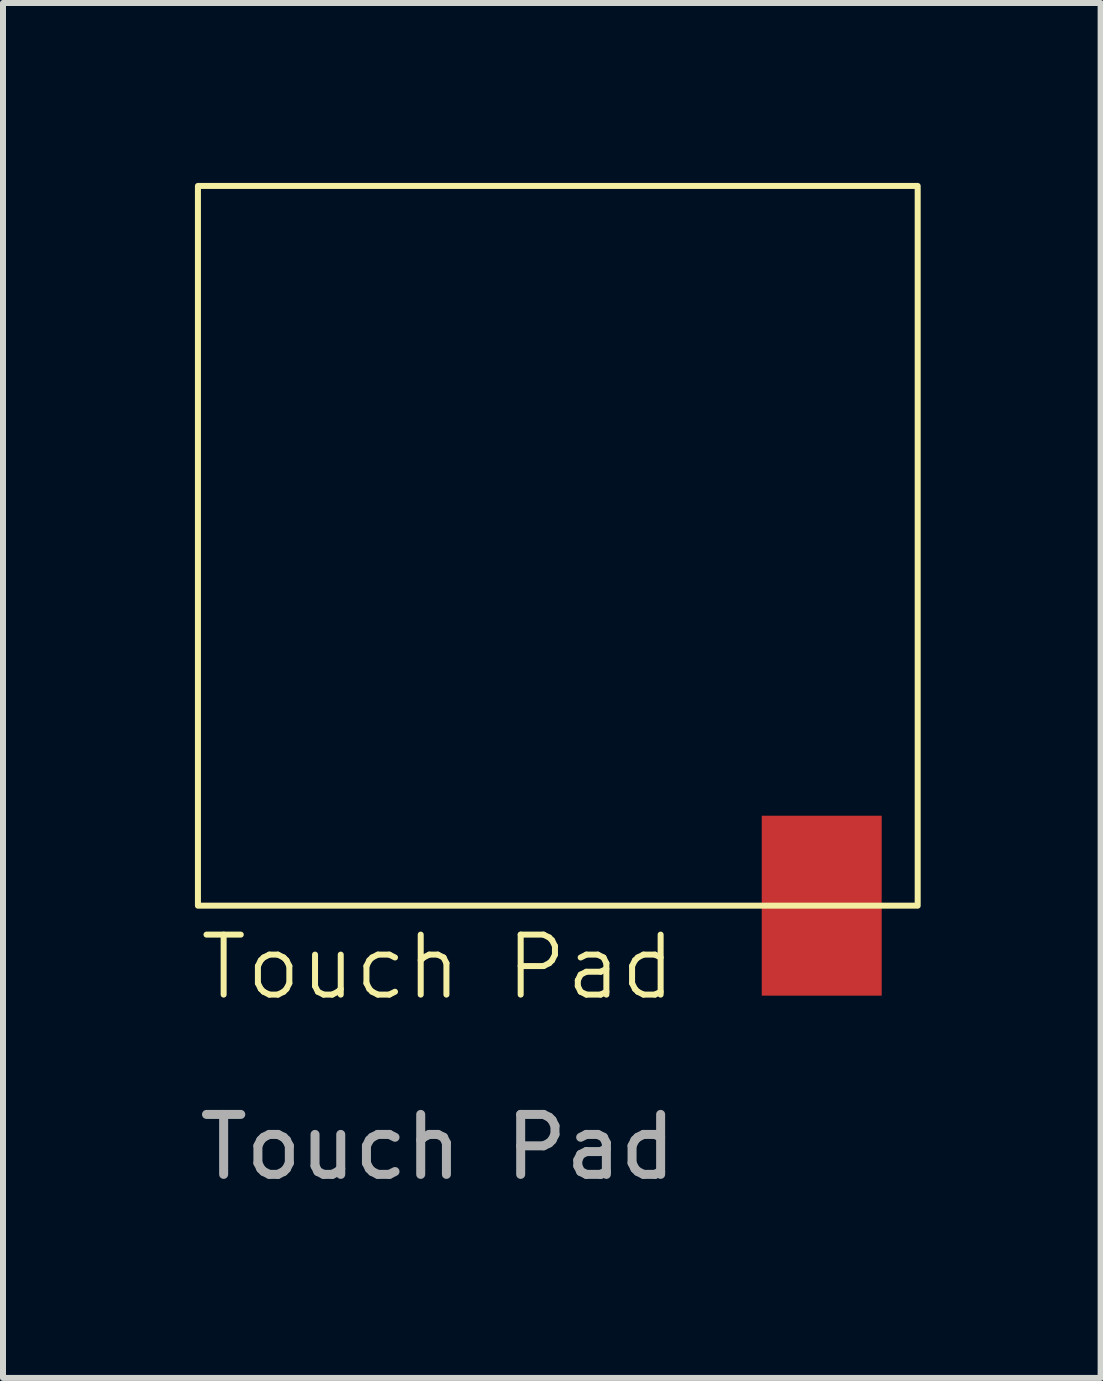
<source format=kicad_pcb>
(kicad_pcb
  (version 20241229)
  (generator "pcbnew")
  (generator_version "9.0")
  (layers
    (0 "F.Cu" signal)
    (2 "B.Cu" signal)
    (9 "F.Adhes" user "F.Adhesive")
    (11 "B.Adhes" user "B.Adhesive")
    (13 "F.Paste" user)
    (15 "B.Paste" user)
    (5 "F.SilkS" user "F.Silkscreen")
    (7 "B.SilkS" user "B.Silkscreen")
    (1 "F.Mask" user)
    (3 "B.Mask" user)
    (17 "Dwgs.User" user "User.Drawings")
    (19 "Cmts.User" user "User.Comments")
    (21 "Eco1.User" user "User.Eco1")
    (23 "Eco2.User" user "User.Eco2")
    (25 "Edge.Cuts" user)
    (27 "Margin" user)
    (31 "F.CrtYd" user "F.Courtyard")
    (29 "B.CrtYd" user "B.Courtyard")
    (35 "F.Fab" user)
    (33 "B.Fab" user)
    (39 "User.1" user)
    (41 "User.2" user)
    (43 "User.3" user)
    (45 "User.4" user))
  (footprint "Touch Pad"
    (layer "F.Cu")
    (at 0.25 12.05)
    (property "Reference" "Touch Pad" (at 4 1.025 0) (unlocked yes) (layer "F.SilkS") (effects (font (size 1 1) (thickness 0.1))))
    (attr smd)
    (fp_rect (start 0 -12) (end 12 0) (stroke (width 0.1) (type default)) (fill no) (layer "F.SilkS"))
    (fp_text user "${REFERENCE}" (at 4 4.025 0) (unlocked yes) (layer "F.Fab") (effects (font (size 1 1) (thickness 0.15))))
    (pad "1" smd rect (at 10.4 0) (size 2 3) (layers "F.Cu" "F.Mask" "F.Paste")))
  (gr_rect
    (start -3 -3)
    (end 15.3 19.923)
    (stroke (width 0.1) (type default))
    (fill no)
    (layer "Edge.Cuts")))
</source>
